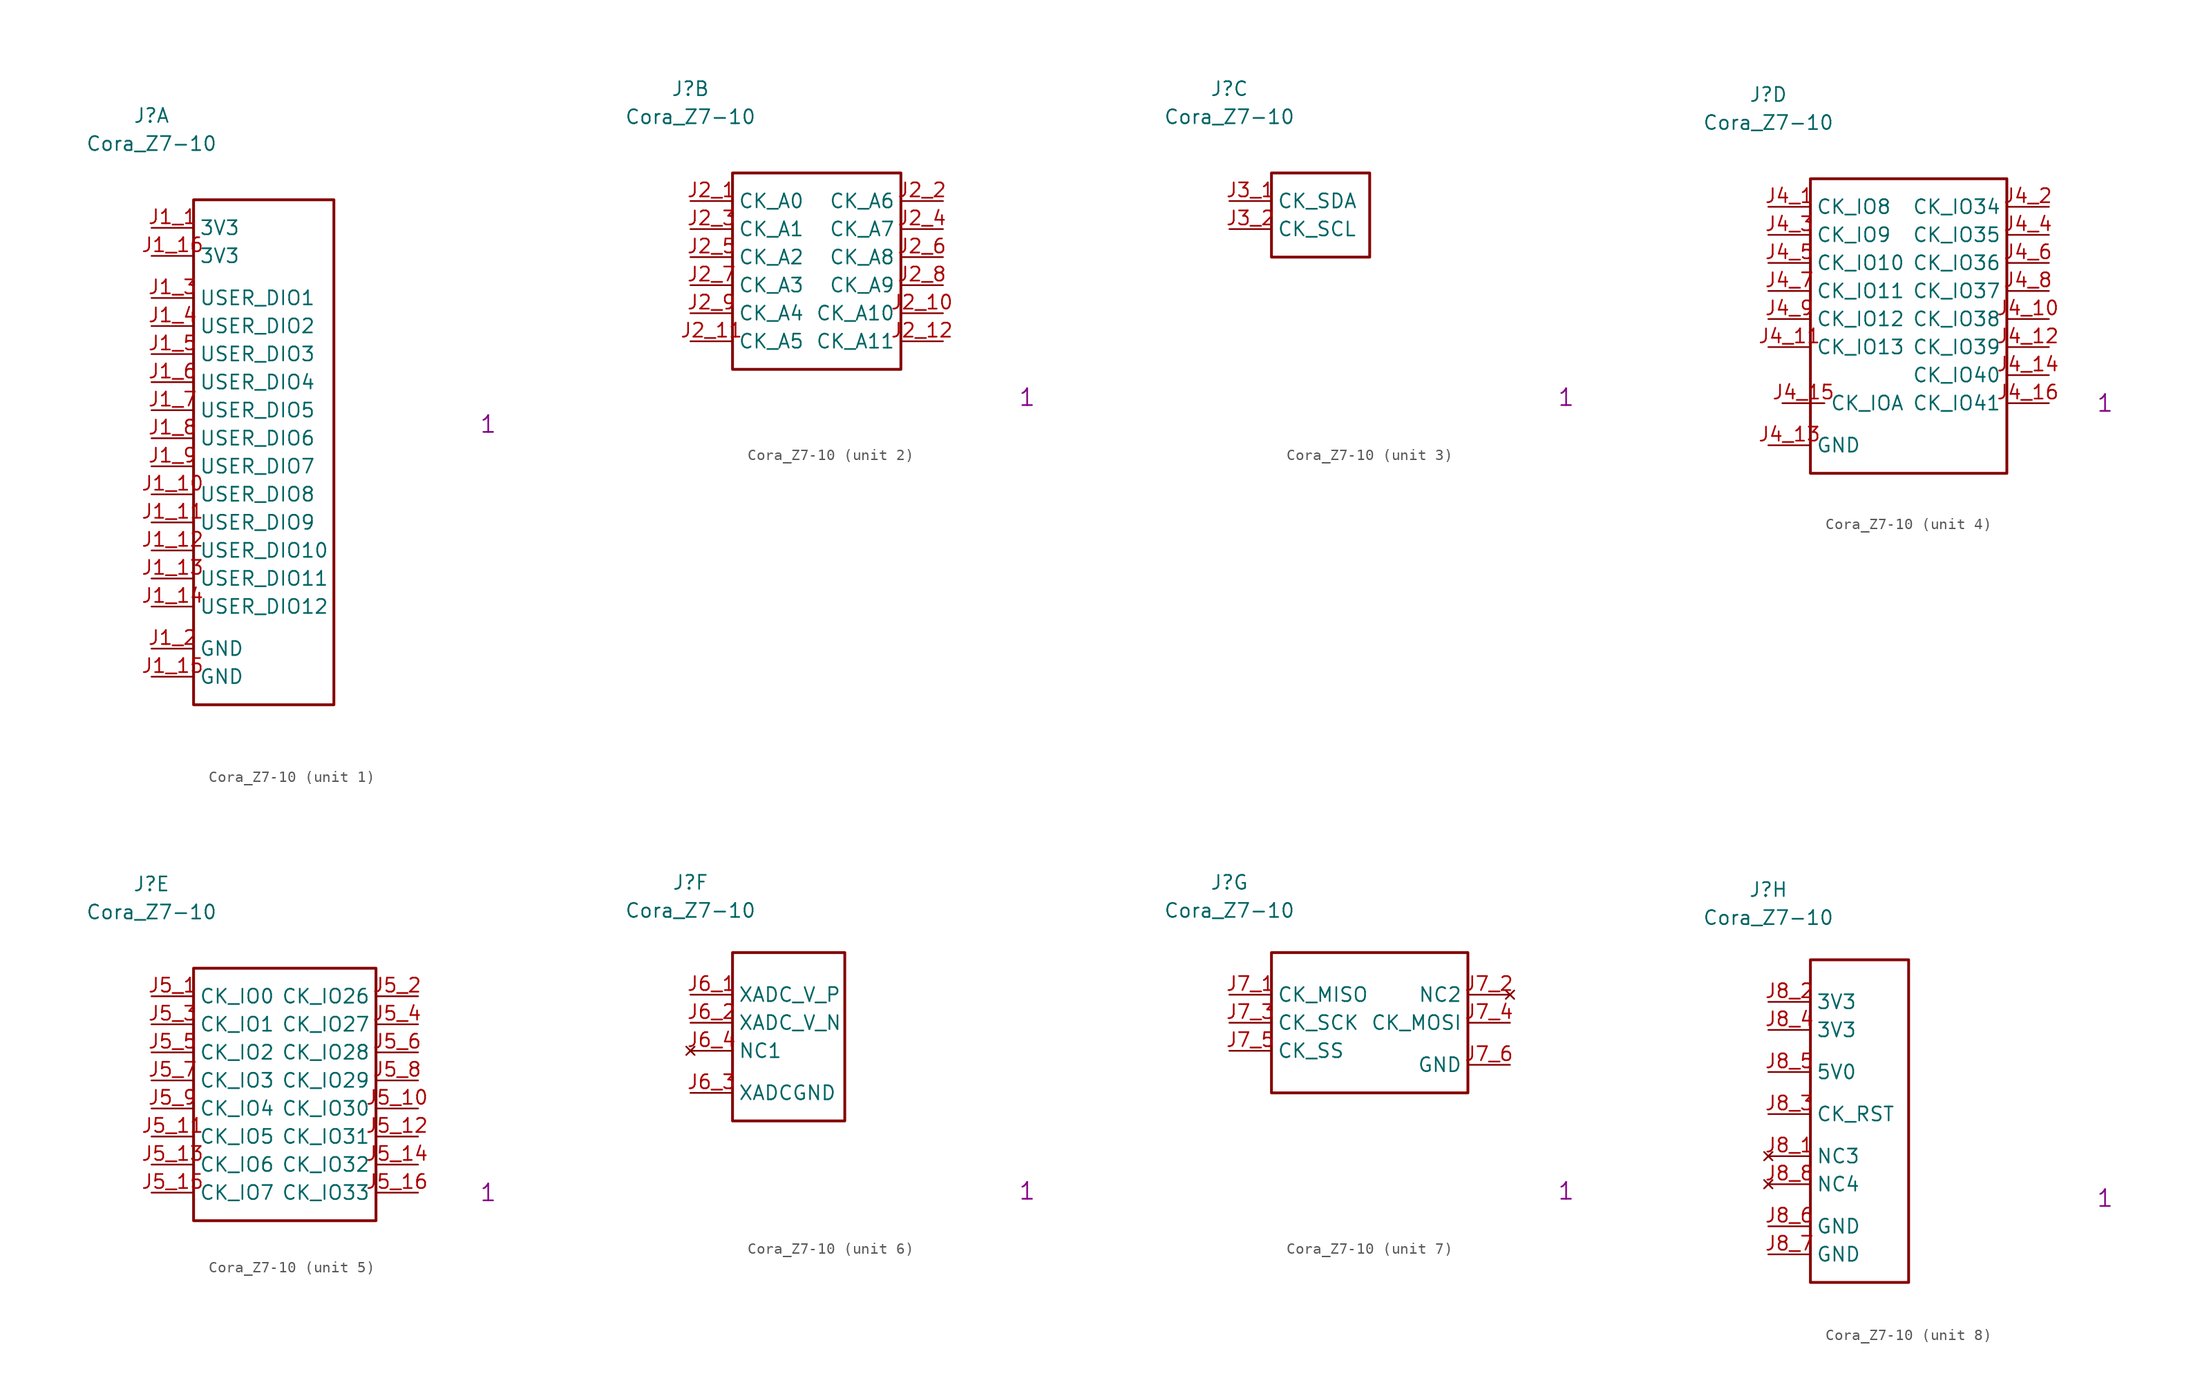
<source format=kicad_sym>
(kicad_symbol_lib
  (version 20201005)
  (generator kicad_symbol_editor)
  (symbol "S_SBC:Cora_Z7-10"
    (property "Reference" "J"
      (at 0 10.16 0)
      (effects (font (size 1.27 1.27))))
    (property "Value" "Cora_Z7-10"
      (at 0 7.62 0)
      (effects (font (size 1.27 1.27))))
    (property "Qty" "1"
      (at 30.48 -17.78 0)
      (effects (font (size 1.524 1.524))))
    (property "ki_locked" ""
      (at 0 0 0)
      (effects (font (size 1.27 1.27))))
    (symbol "Cora_Z7-10_1_1"
      (rectangle (start 3.81 2.54) (end 16.51 -43.18) (stroke (width 0.254)) (fill (type none)))
      (pin power_out line (at 0 0 0) (length 3.81) (name "3V3" (effects (font (size 1.27 1.27)))) (number "J1_1" (effects (font (size 1.27 1.27)))))
      (pin power_in line (at 0 -40.64 0) (length 3.81) (name "GND" (effects (font (size 1.27 1.27)))) (number "J1_15" (effects (font (size 1.27 1.27)))))
      (pin power_out line (at 0 -2.54 0) (length 3.81) (name "3V3" (effects (font (size 1.27 1.27)))) (number "J1_16" (effects (font (size 1.27 1.27)))))
      (pin power_in line (at 0 -38.1 0) (length 3.81) (name "GND" (effects (font (size 1.27 1.27)))) (number "J1_2" (effects (font (size 1.27 1.27)))))
      (pin bidirectional line (at 0 -6.35 0) (length 3.81) (name "USER_DIO1" (effects (font (size 1.27 1.27)))) (number "J1_3" (effects (font (size 1.27 1.27)))))
      (pin bidirectional line (at 0 -8.89 0) (length 3.81) (name "USER_DIO2" (effects (font (size 1.27 1.27)))) (number "J1_4" (effects (font (size 1.27 1.27)))))
      (pin bidirectional line (at 0 -11.43 0) (length 3.81) (name "USER_DIO3" (effects (font (size 1.27 1.27)))) (number "J1_5" (effects (font (size 1.27 1.27)))))
      (pin bidirectional line (at 0 -13.97 0) (length 3.81) (name "USER_DIO4" (effects (font (size 1.27 1.27)))) (number "J1_6" (effects (font (size 1.27 1.27)))))
      (pin bidirectional line (at 0 -16.51 0) (length 3.81) (name "USER_DIO5" (effects (font (size 1.27 1.27)))) (number "J1_7" (effects (font (size 1.27 1.27)))))
      (pin bidirectional line (at 0 -19.05 0) (length 3.81) (name "USER_DIO6" (effects (font (size 1.27 1.27)))) (number "J1_8" (effects (font (size 1.27 1.27)))))
      (pin bidirectional line (at 0 -21.59 0) (length 3.81) (name "USER_DIO7" (effects (font (size 1.27 1.27)))) (number "J1_9" (effects (font (size 1.27 1.27)))))
      (pin bidirectional line (at 0 -24.13 0) (length 3.81) (name "USER_DIO8" (effects (font (size 1.27 1.27)))) (number "J1_10" (effects (font (size 1.27 1.27)))))
      (pin bidirectional line (at 0 -26.67 0) (length 3.81) (name "USER_DIO9" (effects (font (size 1.27 1.27)))) (number "J1_11" (effects (font (size 1.27 1.27)))))
      (pin bidirectional line (at 0 -29.21 0) (length 3.81) (name "USER_DIO10" (effects (font (size 1.27 1.27)))) (number "J1_12" (effects (font (size 1.27 1.27)))))
      (pin bidirectional line (at 0 -31.75 0) (length 3.81) (name "USER_DIO11" (effects (font (size 1.27 1.27)))) (number "J1_13" (effects (font (size 1.27 1.27)))))
      (pin bidirectional line (at 0 -34.29 0) (length 3.81) (name "USER_DIO12" (effects (font (size 1.27 1.27)))) (number "J1_14" (effects (font (size 1.27 1.27))))))
    (symbol "Cora_Z7-10_2_1"
      (rectangle (start 3.81 2.54) (end 19.05 -15.24) (stroke (width 0.254)) (fill (type none)))
      (pin bidirectional line (at 0 0 0) (length 3.81) (name "CK_A0" (effects (font (size 1.27 1.27)))) (number "J2_1" (effects (font (size 1.27 1.27)))))
      (pin bidirectional line (at 22.86 0 180) (length 3.81) (name "CK_A6" (effects (font (size 1.27 1.27)))) (number "J2_2" (effects (font (size 1.27 1.27)))))
      (pin bidirectional line (at 0 -2.54 0) (length 3.81) (name "CK_A1" (effects (font (size 1.27 1.27)))) (number "J2_3" (effects (font (size 1.27 1.27)))))
      (pin bidirectional line (at 22.86 -2.54 180) (length 3.81) (name "CK_A7" (effects (font (size 1.27 1.27)))) (number "J2_4" (effects (font (size 1.27 1.27)))))
      (pin bidirectional line (at 0 -5.08 0) (length 3.81) (name "CK_A2" (effects (font (size 1.27 1.27)))) (number "J2_5" (effects (font (size 1.27 1.27)))))
      (pin bidirectional line (at 22.86 -5.08 180) (length 3.81) (name "CK_A8" (effects (font (size 1.27 1.27)))) (number "J2_6" (effects (font (size 1.27 1.27)))))
      (pin bidirectional line (at 0 -7.62 0) (length 3.81) (name "CK_A3" (effects (font (size 1.27 1.27)))) (number "J2_7" (effects (font (size 1.27 1.27)))))
      (pin bidirectional line (at 22.86 -7.62 180) (length 3.81) (name "CK_A9" (effects (font (size 1.27 1.27)))) (number "J2_8" (effects (font (size 1.27 1.27)))))
      (pin bidirectional line (at 0 -10.16 0) (length 3.81) (name "CK_A4" (effects (font (size 1.27 1.27)))) (number "J2_9" (effects (font (size 1.27 1.27)))))
      (pin bidirectional line (at 22.86 -10.16 180) (length 3.81) (name "CK_A10" (effects (font (size 1.27 1.27)))) (number "J2_10" (effects (font (size 1.27 1.27)))))
      (pin bidirectional line (at 0 -12.7 0) (length 3.81) (name "CK_A5" (effects (font (size 1.27 1.27)))) (number "J2_11" (effects (font (size 1.27 1.27)))))
      (pin bidirectional line (at 22.86 -12.7 180) (length 3.81) (name "CK_A11" (effects (font (size 1.27 1.27)))) (number "J2_12" (effects (font (size 1.27 1.27))))))
    (symbol "Cora_Z7-10_3_1"
      (rectangle (start 3.81 2.54) (end 12.7 -5.08) (stroke (width 0.254)) (fill (type none)))
      (pin bidirectional line (at 0 0 0) (length 3.81) (name "CK_SDA" (effects (font (size 1.27 1.27)))) (number "J3_1" (effects (font (size 1.27 1.27)))))
      (pin output line (at 0 -2.54 0) (length 3.81) (name "CK_SCL" (effects (font (size 1.27 1.27)))) (number "J3_2" (effects (font (size 1.27 1.27))))))
    (symbol "Cora_Z7-10_4_1"
      (rectangle (start 3.81 2.54) (end 21.59 -24.13) (stroke (width 0.254)) (fill (type none)))
      (pin bidirectional line (at 0 0 0) (length 3.81) (name "CK_IO8" (effects (font (size 1.27 1.27)))) (number "J4_1" (effects (font (size 1.27 1.27)))))
      (pin bidirectional line (at 25.4 0 180) (length 3.81) (name "CK_IO34" (effects (font (size 1.27 1.27)))) (number "J4_2" (effects (font (size 1.27 1.27)))))
      (pin bidirectional line (at 0 -2.54 0) (length 3.81) (name "CK_IO9" (effects (font (size 1.27 1.27)))) (number "J4_3" (effects (font (size 1.27 1.27)))))
      (pin bidirectional line (at 25.4 -2.54 180) (length 3.81) (name "CK_IO35" (effects (font (size 1.27 1.27)))) (number "J4_4" (effects (font (size 1.27 1.27)))))
      (pin bidirectional line (at 0 -5.08 0) (length 3.81) (name "CK_IO10" (effects (font (size 1.27 1.27)))) (number "J4_5" (effects (font (size 1.27 1.27)))))
      (pin bidirectional line (at 25.4 -5.08 180) (length 3.81) (name "CK_IO36" (effects (font (size 1.27 1.27)))) (number "J4_6" (effects (font (size 1.27 1.27)))))
      (pin bidirectional line (at 0 -7.62 0) (length 3.81) (name "CK_IO11" (effects (font (size 1.27 1.27)))) (number "J4_7" (effects (font (size 1.27 1.27)))))
      (pin bidirectional line (at 25.4 -7.62 180) (length 3.81) (name "CK_IO37" (effects (font (size 1.27 1.27)))) (number "J4_8" (effects (font (size 1.27 1.27)))))
      (pin bidirectional line (at 0 -10.16 0) (length 3.81) (name "CK_IO12" (effects (font (size 1.27 1.27)))) (number "J4_9" (effects (font (size 1.27 1.27)))))
      (pin bidirectional line (at 25.4 -10.16 180) (length 3.81) (name "CK_IO38" (effects (font (size 1.27 1.27)))) (number "J4_10" (effects (font (size 1.27 1.27)))))
      (pin bidirectional line (at 0 -12.7 0) (length 3.81) (name "CK_IO13" (effects (font (size 1.27 1.27)))) (number "J4_11" (effects (font (size 1.27 1.27)))))
      (pin bidirectional line (at 25.4 -12.7 180) (length 3.81) (name "CK_IO39" (effects (font (size 1.27 1.27)))) (number "J4_12" (effects (font (size 1.27 1.27)))))
      (pin power_in line (at 0 -21.59 0) (length 3.81) (name "GND" (effects (font (size 1.27 1.27)))) (number "J4_13" (effects (font (size 1.27 1.27)))))
      (pin bidirectional line (at 25.4 -15.24 180) (length 3.81) (name "CK_IO40" (effects (font (size 1.27 1.27)))) (number "J4_14" (effects (font (size 1.27 1.27)))))
      (pin bidirectional line (at 1.27 -17.78 0) (length 3.81) (name "CK_IOA" (effects (font (size 1.27 1.27)))) (number "J4_15" (effects (font (size 1.27 1.27)))))
      (pin bidirectional line (at 25.4 -17.78 180) (length 3.81) (name "CK_IO41" (effects (font (size 1.27 1.27)))) (number "J4_16" (effects (font (size 1.27 1.27))))))
    (symbol "Cora_Z7-10_5_1"
      (rectangle (start 3.81 2.54) (end 20.32 -20.32) (stroke (width 0.254)) (fill (type none)))
      (pin bidirectional line (at 0 0 0) (length 3.81) (name "CK_IO0" (effects (font (size 1.27 1.27)))) (number "J5_1" (effects (font (size 1.27 1.27)))))
      (pin bidirectional line (at 24.13 0 180) (length 3.81) (name "CK_IO26" (effects (font (size 1.27 1.27)))) (number "J5_2" (effects (font (size 1.27 1.27)))))
      (pin bidirectional line (at 0 -2.54 0) (length 3.81) (name "CK_IO1" (effects (font (size 1.27 1.27)))) (number "J5_3" (effects (font (size 1.27 1.27)))))
      (pin bidirectional line (at 24.13 -2.54 180) (length 3.81) (name "CK_IO27" (effects (font (size 1.27 1.27)))) (number "J5_4" (effects (font (size 1.27 1.27)))))
      (pin bidirectional line (at 0 -5.08 0) (length 3.81) (name "CK_IO2" (effects (font (size 1.27 1.27)))) (number "J5_5" (effects (font (size 1.27 1.27)))))
      (pin bidirectional line (at 24.13 -5.08 180) (length 3.81) (name "CK_IO28" (effects (font (size 1.27 1.27)))) (number "J5_6" (effects (font (size 1.27 1.27)))))
      (pin bidirectional line (at 0 -7.62 0) (length 3.81) (name "CK_IO3" (effects (font (size 1.27 1.27)))) (number "J5_7" (effects (font (size 1.27 1.27)))))
      (pin bidirectional line (at 24.13 -7.62 180) (length 3.81) (name "CK_IO29" (effects (font (size 1.27 1.27)))) (number "J5_8" (effects (font (size 1.27 1.27)))))
      (pin bidirectional line (at 0 -10.16 0) (length 3.81) (name "CK_IO4" (effects (font (size 1.27 1.27)))) (number "J5_9" (effects (font (size 1.27 1.27)))))
      (pin bidirectional line (at 24.13 -10.16 180) (length 3.81) (name "CK_IO30" (effects (font (size 1.27 1.27)))) (number "J5_10" (effects (font (size 1.27 1.27)))))
      (pin bidirectional line (at 0 -12.7 0) (length 3.81) (name "CK_IO5" (effects (font (size 1.27 1.27)))) (number "J5_11" (effects (font (size 1.27 1.27)))))
      (pin bidirectional line (at 24.13 -12.7 180) (length 3.81) (name "CK_IO31" (effects (font (size 1.27 1.27)))) (number "J5_12" (effects (font (size 1.27 1.27)))))
      (pin bidirectional line (at 0 -15.24 0) (length 3.81) (name "CK_IO6" (effects (font (size 1.27 1.27)))) (number "J5_13" (effects (font (size 1.27 1.27)))))
      (pin bidirectional line (at 24.13 -15.24 180) (length 3.81) (name "CK_IO32" (effects (font (size 1.27 1.27)))) (number "J5_14" (effects (font (size 1.27 1.27)))))
      (pin bidirectional line (at 0 -17.78 0) (length 3.81) (name "CK_IO7" (effects (font (size 1.27 1.27)))) (number "J5_15" (effects (font (size 1.27 1.27)))))
      (pin bidirectional line (at 24.13 -17.78 180) (length 3.81) (name "CK_IO33" (effects (font (size 1.27 1.27)))) (number "J5_16" (effects (font (size 1.27 1.27))))))
    (symbol "Cora_Z7-10_6_1"
      (rectangle (start 3.81 3.81) (end 13.97 -11.43) (stroke (width 0.254)) (fill (type none)))
      (pin input line (at 0 0 0) (length 3.81) (name "XADC_V_P" (effects (font (size 1.27 1.27)))) (number "J6_1" (effects (font (size 1.27 1.27)))))
      (pin input line (at 0 -2.54 0) (length 3.81) (name "XADC_V_N" (effects (font (size 1.27 1.27)))) (number "J6_2" (effects (font (size 1.27 1.27)))))
      (pin power_in line (at 0 -8.89 0) (length 3.81) (name "XADCGND" (effects (font (size 1.27 1.27)))) (number "J6_3" (effects (font (size 1.27 1.27)))))
      (pin no_connect line (at 0 -5.08 0) (length 3.81) (name "NC1" (effects (font (size 1.27 1.27)))) (number "J6_4" (effects (font (size 1.27 1.27))))))
    (symbol "Cora_Z7-10_7_1"
      (rectangle (start 3.81 3.81) (end 21.59 -8.89) (stroke (width 0.254)) (fill (type none)))
      (pin input line (at 0 0 0) (length 3.81) (name "CK_MISO" (effects (font (size 1.27 1.27)))) (number "J7_1" (effects (font (size 1.27 1.27)))))
      (pin no_connect line (at 25.4 0 180) (length 3.81) (name "NC2" (effects (font (size 1.27 1.27)))) (number "J7_2" (effects (font (size 1.27 1.27)))))
      (pin output line (at 0 -2.54 0) (length 3.81) (name "CK_SCK" (effects (font (size 1.27 1.27)))) (number "J7_3" (effects (font (size 1.27 1.27)))))
      (pin output line (at 25.4 -2.54 180) (length 3.81) (name "CK_MOSI" (effects (font (size 1.27 1.27)))) (number "J7_4" (effects (font (size 1.27 1.27)))))
      (pin output line (at 0 -5.08 0) (length 3.81) (name "CK_SS" (effects (font (size 1.27 1.27)))) (number "J7_5" (effects (font (size 1.27 1.27)))))
      (pin power_in line (at 25.4 -6.35 180) (length 3.81) (name "GND" (effects (font (size 1.27 1.27)))) (number "J7_6" (effects (font (size 1.27 1.27))))))
    (symbol "Cora_Z7-10_8_1"
      (rectangle (start 3.81 3.81) (end 12.7 -25.4) (stroke (width 0.254)) (fill (type none)))
      (pin no_connect line (at 0 -13.97 0) (length 3.81) (name "NC3" (effects (font (size 1.27 1.27)))) (number "J8_1" (effects (font (size 1.27 1.27)))))
      (pin power_out line (at 0 0 0) (length 3.81) (name "3V3" (effects (font (size 1.27 1.27)))) (number "J8_2" (effects (font (size 1.27 1.27)))))
      (pin output line (at 0 -10.16 0) (length 3.81) (name "CK_RST" (effects (font (size 1.27 1.27)))) (number "J8_3" (effects (font (size 1.27 1.27)))))
      (pin power_out line (at 0 -2.54 0) (length 3.81) (name "3V3" (effects (font (size 1.27 1.27)))) (number "J8_4" (effects (font (size 1.27 1.27)))))
      (pin power_out line (at 0 -6.35 0) (length 3.81) (name "5V0" (effects (font (size 1.27 1.27)))) (number "J8_5" (effects (font (size 1.27 1.27)))))
      (pin power_in line (at 0 -20.32 0) (length 3.81) (name "GND" (effects (font (size 1.27 1.27)))) (number "J8_6" (effects (font (size 1.27 1.27)))))
      (pin power_in line (at 0 -22.86 0) (length 3.81) (name "GND" (effects (font (size 1.27 1.27)))) (number "J8_7" (effects (font (size 1.27 1.27)))))
      (pin no_connect line (at 0 -16.51 0) (length 3.81) (name "NC4" (effects (font (size 1.27 1.27)))) (number "J8_8" (effects (font (size 1.27 1.27))))))))
</source>
